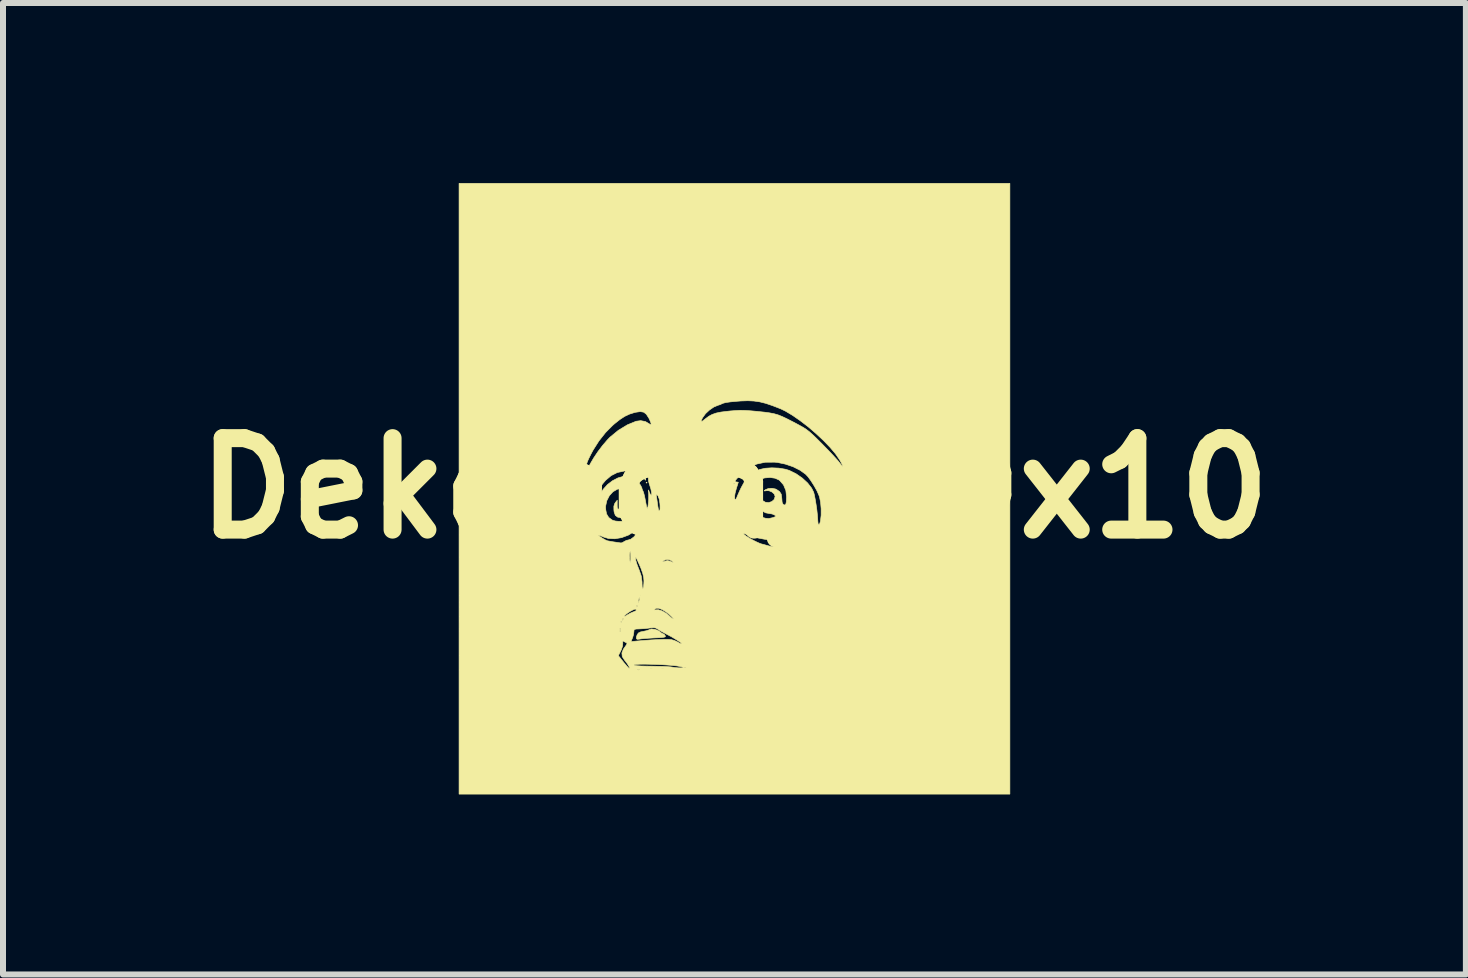
<source format=kicad_pcb>
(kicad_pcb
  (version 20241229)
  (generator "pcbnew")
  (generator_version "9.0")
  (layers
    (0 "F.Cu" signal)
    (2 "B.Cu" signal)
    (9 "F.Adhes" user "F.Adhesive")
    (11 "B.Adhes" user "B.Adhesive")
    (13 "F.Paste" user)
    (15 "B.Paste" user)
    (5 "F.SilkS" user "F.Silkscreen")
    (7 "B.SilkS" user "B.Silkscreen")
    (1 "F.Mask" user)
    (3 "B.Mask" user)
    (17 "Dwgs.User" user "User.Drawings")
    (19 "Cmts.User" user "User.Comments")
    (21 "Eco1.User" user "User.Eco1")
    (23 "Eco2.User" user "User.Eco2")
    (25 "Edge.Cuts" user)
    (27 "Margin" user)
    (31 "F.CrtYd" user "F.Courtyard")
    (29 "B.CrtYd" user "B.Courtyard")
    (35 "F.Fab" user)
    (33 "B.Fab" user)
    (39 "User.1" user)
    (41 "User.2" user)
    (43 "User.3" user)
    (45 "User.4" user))
  (footprint "Dekopon_10x10"
    (layer "F.Cu")
    (at 9.188 5.085)
    (property "Reference" "Dekopon_10x10" (at 0 0 0) (layer "F.SilkS") (effects (font (size 1.524 1.524) (thickness 0.3))))
    (attr through_hole)
    (fp_poly (pts (xy -1.456 -0.093) (xy -1.465 -0.085) (xy -1.473 -0.093) (xy -1.465 -0.102) (xy -1.456 -0.093)) (stroke (width 0.01) (type solid)) (fill yes) (layer "F.SilkS"))
    (fp_poly (pts (xy -1.333 2.35) (xy -1.283 2.366) (xy -1.243 2.389) (xy -1.236 2.396) (xy -1.209 2.418) (xy -1.196 2.421) (xy -1.172 2.434) (xy -1.157 2.453) (xy -1.15 2.466) (xy -1.154 2.476) (xy -1.173 2.482) (xy -1.212 2.487) (xy -1.275 2.491) (xy -1.343 2.494) (xy -1.427 2.499) (xy -1.5 2.504) (xy -1.556 2.51) (xy -1.586 2.515) (xy -1.619 2.517) (xy -1.633 2.508) (xy -1.635 2.481) (xy -1.622 2.443) (xy -1.601 2.412) (xy -1.568 2.395) (xy -1.519 2.385) (xy -1.466 2.374) (xy -1.425 2.36) (xy -1.414 2.354) (xy -1.382 2.345) (xy -1.333 2.35)) (stroke (width 0.01) (type solid)) (fill yes) (layer "F.SilkS"))
    (fp_poly (pts (xy 4.589 5.097) (xy -4.589 5.097) (xy -4.589 3.027) (xy -1.618 3.027) (xy -1.602 3.03) (xy -1.58 3.027) (xy -1.579 3.021) (xy -1.602 3.017) (xy -1.612 3.019) (xy -1.618 3.027) (xy -4.589 3.027) (xy -4.589 2.79) (xy -1.935 2.79) (xy -1.845 2.902) (xy -1.796 2.961) (xy -1.763 2.995) (xy -1.747 3.005) (xy -1.747 3.004) (xy -1.407 3.004) (xy -1.399 3.006) (xy -1.363 3.007) (xy -1.301 3.008) (xy -1.295 3.008) (xy -1.231 3.007) (xy -1.19 3.006) (xy -1.178 3.004) (xy -1.196 3.002) (xy -1.197 3.002) (xy -1.268 2.999) (xy -1.348 3) (xy -1.384 3.002) (xy -1.407 3.004) (xy -1.747 3.004) (xy -1.749 2.988) (xy -1.762 2.961) (xy -1.773 2.944) (xy -1.676 2.944) (xy -1.664 2.952) (xy -1.626 2.958) (xy -1.56 2.962) (xy -1.464 2.964) (xy -1.384 2.965) (xy -1.284 2.967) (xy -1.193 2.969) (xy -1.117 2.973) (xy -1.063 2.977) (xy -1.041 2.98) (xy -0.995 2.988) (xy -0.932 2.993) (xy -0.897 2.993) (xy -0.804 2.994) (xy -0.906 2.97) (xy -0.956 2.961) (xy -1.028 2.953) (xy -1.114 2.946) (xy -1.21 2.94) (xy -1.31 2.936) (xy -1.408 2.933) (xy -1.499 2.931) (xy -1.577 2.932) (xy -1.636 2.935) (xy -1.67 2.94) (xy -1.676 2.944) (xy -1.773 2.944) (xy -1.787 2.922) (xy -1.822 2.876) (xy -1.831 2.865) (xy -1.87 2.805) (xy -1.876 2.745) (xy -1.851 2.681) (xy -1.828 2.649) (xy -1.797 2.605) (xy -1.791 2.582) (xy -1.798 2.576) (xy -1.831 2.56) (xy -1.837 2.556) (xy -1.725 2.556) (xy -1.637 2.547) (xy -1.514 2.537) (xy -1.393 2.528) (xy -1.281 2.522) (xy -1.184 2.519) (xy -1.108 2.519) (xy -1.059 2.522) (xy -1.053 2.522) (xy -0.999 2.538) (xy -0.952 2.56) (xy -0.947 2.563) (xy -0.909 2.585) (xy -0.885 2.591) (xy -0.881 2.585) (xy -0.894 2.572) (xy -0.93 2.548) (xy -0.981 2.516) (xy -1.039 2.481) (xy -1.098 2.449) (xy -1.135 2.43) (xy -1.194 2.398) (xy -1.249 2.367) (xy -1.276 2.349) (xy -1.311 2.329) (xy -1.348 2.323) (xy -1.402 2.328) (xy -1.411 2.329) (xy -1.485 2.338) (xy -1.564 2.343) (xy -1.587 2.344) (xy -1.639 2.346) (xy -1.666 2.353) (xy -1.675 2.369) (xy -1.676 2.392) (xy -1.683 2.441) (xy -1.699 2.495) (xy -1.701 2.498) (xy -1.725 2.556) (xy -1.837 2.556) (xy -1.843 2.551) (xy -1.858 2.545) (xy -1.862 2.564) (xy -1.861 2.583) (xy -1.865 2.63) (xy -1.884 2.688) (xy -1.895 2.711) (xy -1.935 2.79) (xy -4.589 2.79) (xy -4.589 2.379) (xy -1.913 2.379) (xy -1.905 2.388) (xy -1.897 2.379) (xy -1.905 2.371) (xy -1.913 2.379) (xy -4.589 2.379) (xy -4.589 2.345) (xy -1.913 2.345) (xy -1.905 2.354) (xy -1.897 2.345) (xy -1.905 2.337) (xy -1.913 2.345) (xy -4.589 2.345) (xy -4.589 2.227) (xy -1.897 2.227) (xy -1.888 2.235) (xy -1.88 2.227) (xy -1.888 2.218) (xy -1.897 2.227) (xy -4.589 2.227) (xy -4.589 2.2) (xy -1.875 2.2) (xy -1.873 2.201) (xy -1.858 2.189) (xy -1.854 2.184) (xy -1.85 2.169) (xy -1.852 2.167) (xy -1.868 2.179) (xy -1.871 2.184) (xy -1.875 2.2) (xy -4.589 2.2) (xy -4.589 2.137) (xy -1.834 2.137) (xy -1.812 2.128) (xy -1.784 2.11) (xy -1.733 2.081) (xy -1.685 2.06) (xy -1.673 2.057) (xy -1.64 2.041) (xy -1.638 2.031) (xy -1.332 2.031) (xy -1.316 2.027) (xy -1.267 2.025) (xy -1.205 2.045) (xy -1.138 2.084) (xy -1.098 2.116) (xy -1.052 2.158) (xy -1.027 2.178) (xy -1.019 2.18) (xy -1.025 2.165) (xy -1.029 2.159) (xy -1.049 2.136) (xy -1.088 2.101) (xy -1.133 2.066) (xy -1.201 2.023) (xy -1.261 2) (xy -1.307 2) (xy -1.331 2.018) (xy -1.332 2.031) (xy -1.638 2.031) (xy -1.637 2.023) (xy -1.649 2.013) (xy -1.676 2.019) (xy -1.723 2.044) (xy -1.732 2.048) (xy -1.781 2.08) (xy -1.819 2.11) (xy -1.833 2.125) (xy -1.834 2.137) (xy -4.589 2.137) (xy -4.589 1.98) (xy -1.638 1.98) (xy -1.636 1.981) (xy -1.621 1.969) (xy -1.617 1.964) (xy -1.613 1.948) (xy -1.615 1.947) (xy -1.631 1.959) (xy -1.634 1.964) (xy -1.638 1.98) (xy -4.589 1.98) (xy -4.589 1.897) (xy -1.606 1.897) (xy -1.602 1.906) (xy -1.592 1.888) (xy -1.58 1.849) (xy -1.577 1.829) (xy -1.582 1.819) (xy -1.592 1.837) (xy -1.604 1.877) (xy -1.606 1.897) (xy -4.589 1.897) (xy -4.589 1.786) (xy -1.575 1.786) (xy -1.566 1.795) (xy -1.558 1.786) (xy -1.566 1.778) (xy -1.575 1.786) (xy -4.589 1.786) (xy -4.589 1.148) (xy -1.749 1.148) (xy -1.746 1.193) (xy -1.74 1.227) (xy -1.734 1.236) (xy -1.731 1.221) (xy -1.729 1.181) (xy -1.729 1.166) (xy -1.65 1.166) (xy -1.643 1.205) (xy -1.626 1.263) (xy -1.599 1.334) (xy -1.586 1.367) (xy -1.553 1.464) (xy -1.54 1.562) (xy -1.54 1.587) (xy -1.537 1.644) (xy -1.53 1.67) (xy -1.523 1.668) (xy -1.515 1.639) (xy -1.51 1.586) (xy -1.508 1.545) (xy -1.513 1.484) (xy -1.529 1.417) (xy -1.559 1.332) (xy -1.571 1.304) (xy -1.599 1.24) (xy -1.604 1.228) (xy -1.198 1.228) (xy -1.187 1.228) (xy -1.163 1.217) (xy -1.116 1.205) (xy -1.074 1.216) (xy -1.033 1.233) (xy -1.02 1.233) (xy -1.034 1.217) (xy -1.042 1.211) (xy -1.09 1.19) (xy -1.141 1.189) (xy -1.182 1.207) (xy -1.186 1.212) (xy -1.198 1.228) (xy -1.604 1.228) (xy -1.623 1.188) (xy -1.64 1.158) (xy -1.645 1.152) (xy -1.65 1.166) (xy -1.729 1.166) (xy -1.729 1.13) (xy -1.731 1.076) (xy -1.735 1.054) (xy -1.741 1.062) (xy -1.743 1.067) (xy -1.748 1.102) (xy -1.749 1.148) (xy -4.589 1.148) (xy -4.589 0.779) (xy -2.266 0.779) (xy -2.264 0.786) (xy -2.242 0.805) (xy -2.207 0.828) (xy -2.169 0.852) (xy -2.135 0.869) (xy -2.121 0.875) (xy -2.084 0.882) (xy -2.028 0.892) (xy -1.966 0.901) (xy -1.912 0.909) (xy -1.888 0.912) (xy -1.863 0.904) (xy -1.838 0.888) (xy -1.798 0.868) (xy -1.771 0.863) (xy -1.727 0.849) (xy -1.677 0.812) (xy -1.657 0.789) (xy -1.541 0.789) (xy -1.533 0.795) (xy -1.51 0.773) (xy -1.505 0.766) (xy -1.5 0.76) (xy 0.152 0.76) (xy 0.166 0.777) (xy 0.204 0.803) (xy 0.256 0.836) (xy 0.316 0.869) (xy 0.375 0.898) (xy 0.427 0.921) (xy 0.449 0.928) (xy 0.51 0.944) (xy 0.57 0.961) (xy 0.576 0.962) (xy 0.64 0.976) (xy 0.703 0.979) (xy 0.777 0.971) (xy 0.818 0.964) (xy 0.863 0.953) (xy 0.919 0.933) (xy 0.979 0.909) (xy 1.038 0.883) (xy 1.09 0.857) (xy 1.128 0.835) (xy 1.148 0.819) (xy 1.142 0.813) (xy 1.141 0.813) (xy 1.108 0.816) (xy 1.053 0.824) (xy 0.984 0.835) (xy 0.955 0.84) (xy 0.867 0.853) (xy 0.772 0.863) (xy 0.688 0.867) (xy 0.677 0.868) (xy 0.594 0.863) (xy 0.496 0.849) (xy 0.396 0.83) (xy 0.303 0.807) (xy 0.228 0.782) (xy 0.203 0.77) (xy 0.169 0.757) (xy 0.153 0.758) (xy 0.152 0.76) (xy -1.5 0.76) (xy -1.49 0.746) (xy -1.499 0.75) (xy -1.511 0.76) (xy -1.535 0.781) (xy -1.541 0.789) (xy -1.657 0.789) (xy -1.63 0.759) (xy -1.617 0.74) (xy -1.612 0.731) (xy -1.464 0.731) (xy -1.463 0.735) (xy -1.438 0.725) (xy -1.405 0.711) (xy -1.344 0.683) (xy -1.282 0.657) (xy -1.266 0.65) (xy -1.224 0.626) (xy -1.214 0.607) (xy -1.235 0.595) (xy -1.264 0.593) (xy -1.304 0.6) (xy -1.349 0.618) (xy -1.386 0.641) (xy -1.405 0.663) (xy -1.405 0.666) (xy -1.417 0.686) (xy -1.444 0.713) (xy -1.464 0.731) (xy -1.612 0.731) (xy -1.597 0.701) (xy -1.601 0.685) (xy -1.626 0.692) (xy -1.664 0.717) (xy -1.767 0.781) (xy -1.88 0.823) (xy -1.993 0.842) (xy -2.1 0.837) (xy -2.175 0.815) (xy -2.223 0.795) (xy -2.256 0.782) (xy -2.266 0.779) (xy -4.589 0.779) (xy -4.589 0.462) (xy -2.4 0.462) (xy -2.398 0.505) (xy -2.393 0.525) (xy -2.392 0.525) (xy -2.381 0.51) (xy -2.368 0.47) (xy -2.357 0.424) (xy -2.327 0.314) (xy -2.321 0.298) (xy -2.147 0.298) (xy -2.147 0.348) (xy -2.131 0.429) (xy -2.096 0.487) (xy -2.037 0.53) (xy -2.024 0.536) (xy -1.982 0.547) (xy -1.927 0.552) (xy -1.872 0.551) (xy -1.831 0.543) (xy -1.818 0.537) (xy -1.814 0.517) (xy -1.836 0.5) (xy -1.876 0.491) (xy -1.886 0.491) (xy -1.946 0.482) (xy -1.985 0.452) (xy -2.005 0.397) (xy -2.009 0.363) (xy -2.01 0.301) (xy -1.997 0.259) (xy -1.985 0.239) (xy -1.953 0.199) (xy -1.954 0.273) (xy -1.953 0.319) (xy -1.944 0.342) (xy -1.921 0.351) (xy -1.908 0.353) (xy -1.853 0.347) (xy -1.819 0.314) (xy -1.808 0.28) (xy -1.81 0.23) (xy -1.833 0.196) (xy -1.865 0.186) (xy -1.887 0.18) (xy -1.888 0.169) (xy -1.863 0.156) (xy -1.822 0.153) (xy -1.779 0.161) (xy -1.761 0.169) (xy -1.743 0.199) (xy -1.735 0.262) (xy -1.734 0.275) (xy -1.731 0.331) (xy -1.721 0.36) (xy -1.706 0.369) (xy -1.68 0.359) (xy -1.663 0.318) (xy -1.655 0.246) (xy -1.655 0.208) (xy -1.668 0.12) (xy -1.705 0.056) (xy -1.765 0.016) (xy -1.849 0.000426) (xy -1.869 0) (xy -1.951 0.016) (xy -2.025 0.059) (xy -2.085 0.125) (xy -2.127 0.207) (xy -2.147 0.298) (xy -2.321 0.298) (xy -2.285 0.201) (xy -2.236 0.097) (xy -2.188 0.019) (xy -2.116 -0.061) (xy -2.032 -0.125) (xy -1.941 -0.172) (xy -1.849 -0.198) (xy -1.763 -0.203) (xy -1.689 -0.182) (xy -1.673 -0.173) (xy -1.636 -0.141) (xy -1.597 -0.096) (xy -1.564 -0.048) (xy -1.544 -0.008) (xy -1.541 0.006) (xy -1.53 0.038) (xy -1.526 0.043) (xy -1.516 0.067) (xy -1.503 0.114) (xy -1.491 0.169) (xy -1.475 0.254) (xy -1.464 0.308) (xy -1.455 0.334) (xy -1.449 0.334) (xy -1.443 0.311) (xy -1.437 0.271) (xy -1.43 0.198) (xy -1.429 0.122) (xy -1.43 0.093) (xy -1.434 0.045) (xy -1.434 0.029) (xy -1.428 0.04) (xy -1.419 0.064) (xy -1.403 0.1) (xy -1.388 0.118) (xy -1.387 0.119) (xy -1.384 0.113) (xy -1.303 0.113) (xy -1.298 0.149) (xy -1.298 0.152) (xy -1.29 0.205) (xy -1.281 0.271) (xy -1.277 0.3) (xy -1.267 0.355) (xy -1.256 0.379) (xy -1.246 0.375) (xy -1.24 0.345) (xy -1.24 0.291) (xy -1.242 0.257) (xy -1.253 0.183) (xy -1.267 0.144) (xy 0.001 0.144) (xy 0.005 0.179) (xy 0.017 0.186) (xy 0.025 0.18) (xy 0.223 0.18) (xy 0.235 0.274) (xy 0.237 0.278) (xy 0.264 0.329) (xy 0.311 0.384) (xy 0.366 0.435) (xy 0.421 0.471) (xy 0.452 0.484) (xy 0.493 0.493) (xy 0.516 0.5) (xy 0.572 0.505) (xy 0.643 0.489) (xy 0.644 0.489) (xy 0.679 0.474) (xy 0.687 0.463) (xy 0.67 0.447) (xy 0.668 0.446) (xy 0.628 0.429) (xy 0.589 0.423) (xy 0.519 0.41) (xy 0.454 0.374) (xy 0.416 0.335) (xy 0.396 0.287) (xy 0.391 0.227) (xy 0.397 0.165) (xy 0.415 0.112) (xy 0.442 0.077) (xy 0.452 0.072) (xy 0.463 0.075) (xy 0.459 0.099) (xy 0.452 0.118) (xy 0.442 0.157) (xy 0.451 0.185) (xy 0.469 0.206) (xy 0.517 0.234) (xy 0.571 0.239) (xy 0.622 0.222) (xy 0.661 0.188) (xy 0.677 0.139) (xy 0.677 0.135) (xy 0.662 0.096) (xy 0.625 0.063) (xy 0.576 0.042) (xy 0.534 0.041) (xy 0.5 0.046) (xy 0.496 0.041) (xy 0.515 0.025) (xy 0.564 0.005) (xy 0.626 0.001) (xy 0.685 0.013) (xy 0.699 0.02) (xy 0.751 0.055) (xy 0.779 0.099) (xy 0.788 0.162) (xy 0.789 0.174) (xy 0.794 0.235) (xy 0.81 0.268) (xy 0.817 0.273) (xy 0.84 0.28) (xy 0.855 0.266) (xy 0.864 0.228) (xy 0.867 0.161) (xy 0.868 0.148) (xy 0.856 0.037) (xy 0.817 -0.056) (xy 0.754 -0.128) (xy 0.741 -0.138) (xy 0.676 -0.167) (xy 0.593 -0.179) (xy 0.505 -0.172) (xy 0.424 -0.148) (xy 0.415 -0.144) (xy 0.338 -0.087) (xy 0.277 -0.009) (xy 0.238 0.083) (xy 0.223 0.18) (xy 0.025 0.18) (xy 0.033 0.173) (xy 0.034 0.169) (xy 0.041 0.148) (xy 0.06 0.103) (xy 0.087 0.042) (xy 0.112 -0.01) (xy 0.171 -0.118) (xy 0.234 -0.199) (xy 0.305 -0.258) (xy 0.393 -0.302) (xy 0.422 -0.313) (xy 0.514 -0.333) (xy 0.623 -0.34) (xy 0.739 -0.335) (xy 0.847 -0.317) (xy 0.913 -0.297) (xy 1.025 -0.242) (xy 1.129 -0.17) (xy 1.218 -0.088) (xy 1.286 -0.001) (xy 1.32 0.068) (xy 1.332 0.116) (xy 1.346 0.187) (xy 1.36 0.273) (xy 1.373 0.364) (xy 1.382 0.449) (xy 1.387 0.518) (xy 1.388 0.538) (xy 1.393 0.588) (xy 1.404 0.607) (xy 1.419 0.594) (xy 1.433 0.548) (xy 1.433 0.546) (xy 1.444 0.45) (xy 1.444 0.342) (xy 1.435 0.236) (xy 1.417 0.146) (xy 1.407 0.118) (xy 1.374 0.043) (xy 1.328 -0.039) (xy 1.277 -0.12) (xy 1.227 -0.189) (xy 1.187 -0.232) (xy 1.094 -0.299) (xy 0.977 -0.358) (xy 0.847 -0.402) (xy 0.714 -0.43) (xy 0.669 -0.434) (xy 0.512 -0.433) (xy 0.372 -0.403) (xy 0.245 -0.343) (xy 0.127 -0.251) (xy 0.083 -0.207) (xy 0.038 -0.158) (xy 0.015 -0.129) (xy 0.01 -0.113) (xy 0.021 -0.106) (xy 0.028 -0.105) (xy 0.064 -0.1) (xy 0.032 0.002) (xy 0.01 0.084) (xy 0.001 0.144) (xy -1.267 0.144) (xy -1.27 0.133) (xy -1.28 0.119) (xy -1.298 0.105) (xy -1.303 0.113) (xy -1.384 0.113) (xy -1.379 0.104) (xy -1.382 0.065) (xy -1.394 0.008) (xy -1.415 -0.058) (xy -1.417 -0.064) (xy -1.42 -0.076) (xy -0.017 -0.076) (xy -0.008 -0.068) (xy 0 -0.076) (xy -0.008 -0.085) (xy -0.017 -0.076) (xy -1.42 -0.076) (xy -1.431 -0.113) (xy -1.435 -0.15) (xy -1.434 -0.159) (xy -1.439 -0.185) (xy -1.462 -0.222) (xy -1.476 -0.239) (xy -1.503 -0.267) (xy -1.514 -0.276) (xy -1.511 -0.271) (xy -1.498 -0.238) (xy -1.486 -0.189) (xy -1.484 -0.178) (xy -1.481 -0.143) (xy -1.483 -0.133) (xy -1.486 -0.138) (xy -1.512 -0.173) (xy -1.557 -0.214) (xy -1.609 -0.252) (xy -1.658 -0.28) (xy -1.691 -0.29) (xy -1.832 -0.287) (xy -1.952 -0.262) (xy -2.055 -0.21) (xy -2.147 -0.132) (xy -2.201 -0.068) (xy -2.288 0.066) (xy -2.352 0.202) (xy -2.39 0.334) (xy -2.398 0.402) (xy -2.4 0.462) (xy -4.589 0.462) (xy -4.589 -0.251) (xy -2.493 -0.251) (xy -2.49 -0.232) (xy -2.477 -0.244) (xy -2.457 -0.287) (xy -2.445 -0.318) (xy -2.405 -0.403) (xy -2.346 -0.504) (xy -2.275 -0.61) (xy -2.197 -0.713) (xy -2.118 -0.805) (xy -2.076 -0.849) (xy -1.936 -0.964) (xy -1.783 -1.057) (xy -1.639 -1.116) (xy -1.562 -1.126) (xy -1.484 -1.111) (xy -1.42 -1.073) (xy -1.396 -1.058) (xy -1.388 -1.069) (xy -1.397 -1.103) (xy -1.4 -1.109) (xy -0.554 -1.109) (xy -0.536 -1.117) (xy -0.497 -1.147) (xy -0.483 -1.158) (xy -0.428 -1.199) (xy -0.372 -1.229) (xy -0.307 -1.252) (xy -0.225 -1.269) (xy -0.119 -1.282) (xy -0.073 -1.287) (xy 0.017 -1.294) (xy 0.096 -1.298) (xy 0.177 -1.296) (xy 0.269 -1.29) (xy 0.382 -1.28) (xy 0.396 -1.278) (xy 0.504 -1.267) (xy 0.589 -1.255) (xy 0.661 -1.241) (xy 0.727 -1.222) (xy 0.795 -1.195) (xy 0.873 -1.158) (xy 0.969 -1.109) (xy 1.017 -1.084) (xy 1.091 -1.044) (xy 1.15 -1.011) (xy 1.2 -0.978) (xy 1.248 -0.941) (xy 1.3 -0.895) (xy 1.362 -0.836) (xy 1.439 -0.759) (xy 1.461 -0.737) (xy 1.538 -0.658) (xy 1.61 -0.583) (xy 1.672 -0.516) (xy 1.72 -0.463) (xy 1.748 -0.428) (xy 1.748 -0.428) (xy 1.784 -0.382) (xy 1.802 -0.364) (xy 1.803 -0.373) (xy 1.788 -0.408) (xy 1.755 -0.468) (xy 1.75 -0.476) (xy 1.683 -0.574) (xy 1.592 -0.682) (xy 1.482 -0.796) (xy 1.359 -0.911) (xy 1.229 -1.023) (xy 1.096 -1.125) (xy 0.968 -1.214) (xy 0.849 -1.285) (xy 0.768 -1.324) (xy 0.634 -1.376) (xy 0.522 -1.414) (xy 0.422 -1.439) (xy 0.325 -1.453) (xy 0.223 -1.458) (xy 0.107 -1.454) (xy 0.042 -1.449) (xy -0.066 -1.439) (xy -0.144 -1.428) (xy -0.193 -1.415) (xy -0.212 -1.406) (xy -0.24 -1.393) (xy -0.275 -1.382) (xy -0.343 -1.354) (xy -0.416 -1.304) (xy -0.482 -1.243) (xy -0.529 -1.178) (xy -0.538 -1.163) (xy -0.554 -1.124) (xy -0.554 -1.109) (xy -1.4 -1.109) (xy -1.422 -1.159) (xy -1.428 -1.17) (xy -1.468 -1.232) (xy -1.512 -1.267) (xy -1.569 -1.277) (xy -1.645 -1.266) (xy -1.663 -1.262) (xy -1.749 -1.235) (xy -1.828 -1.198) (xy -1.908 -1.146) (xy -1.998 -1.075) (xy -2.031 -1.046) (xy -2.148 -0.928) (xy -2.26 -0.786) (xy -2.357 -0.633) (xy -2.392 -0.567) (xy -2.427 -0.497) (xy -2.45 -0.445) (xy -2.465 -0.399) (xy -2.477 -0.348) (xy -2.487 -0.301) (xy -2.493 -0.251) (xy -4.589 -0.251) (xy -4.589 -5.08) (xy 4.589 -5.08) (xy 4.589 5.097)) (stroke (width 0.01) (type solid)) (fill yes) (layer "F.SilkS")))
  (gr_rect
    (start -3 -3)
    (end 21.375 13.187)
    (stroke (width 0.1) (type default))
    (fill no)
    (layer "Edge.Cuts")))
</source>
